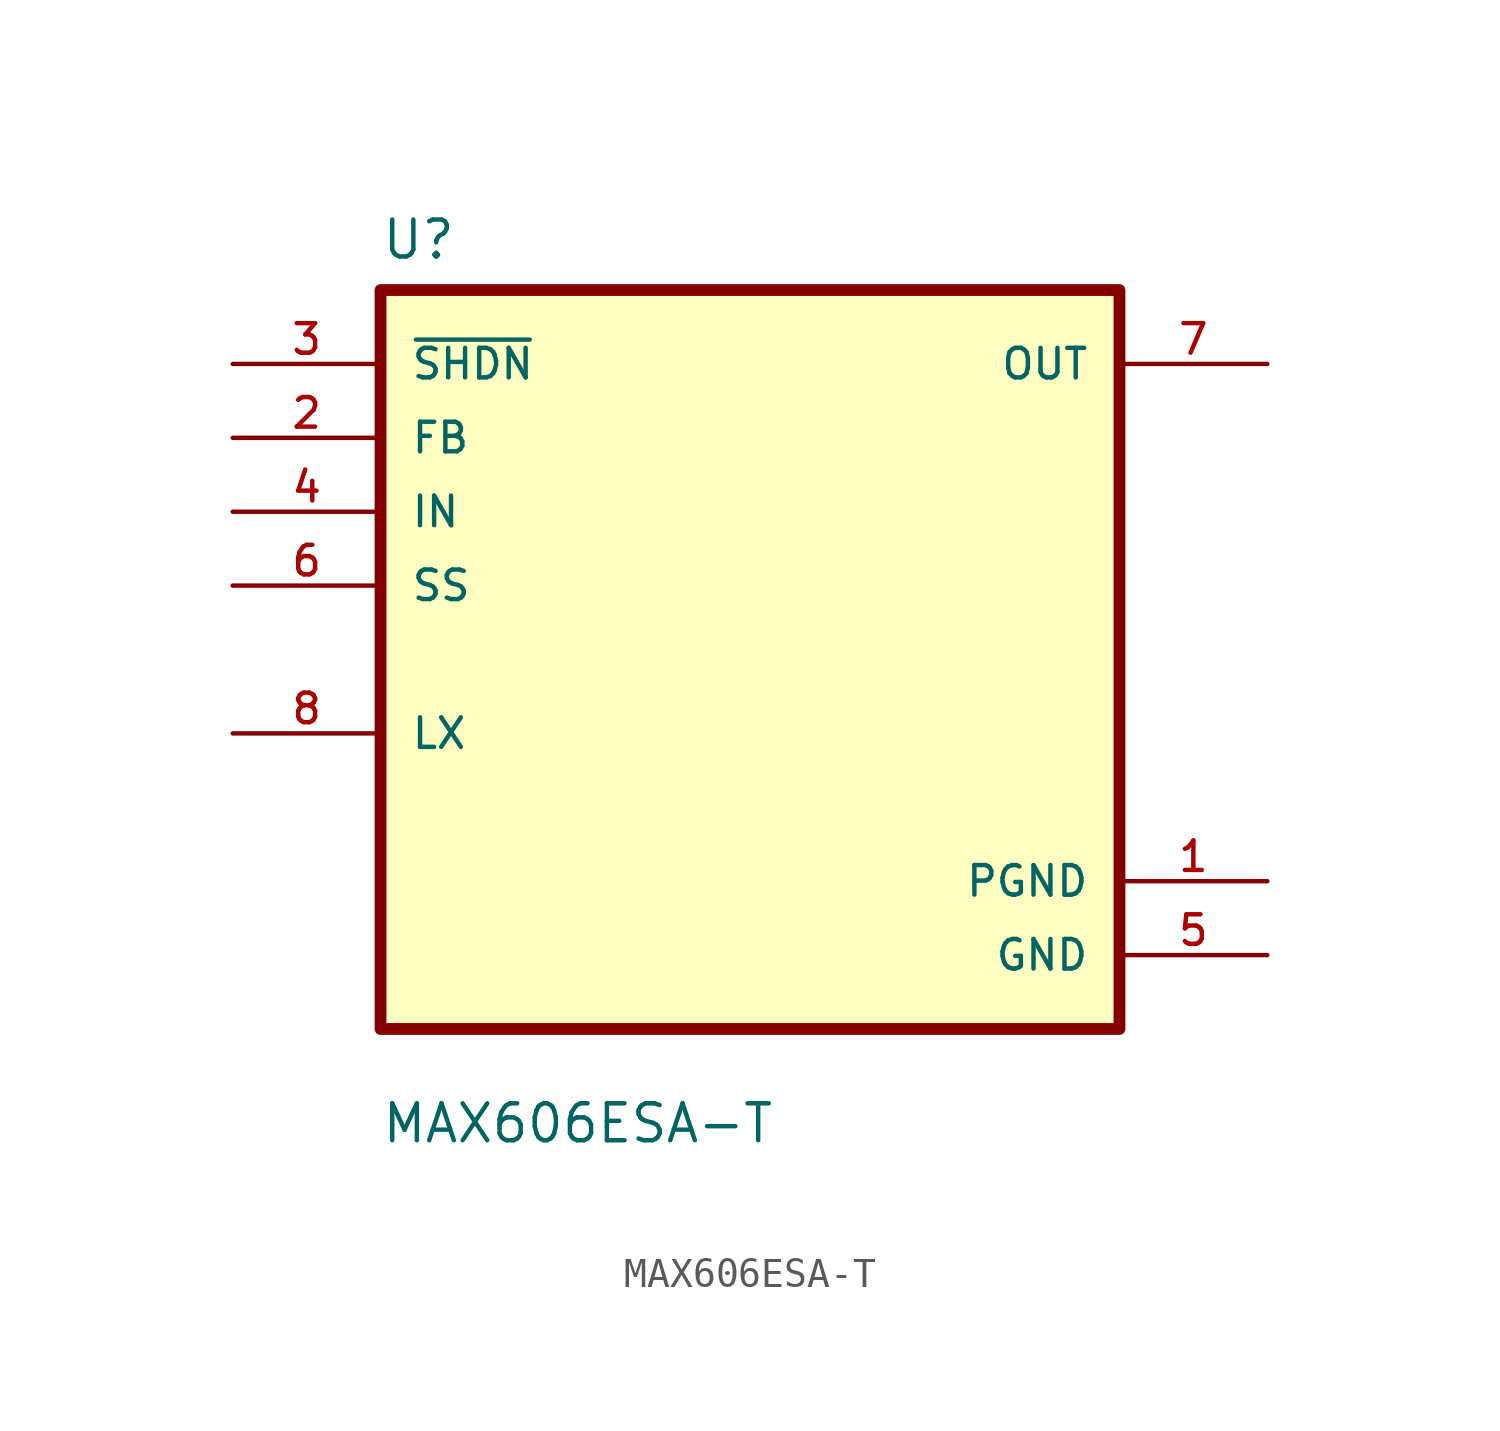
<source format=kicad_sym>
(kicad_symbol_lib
  (version 20241209)
  (generator "kicad_symbol_editor")
  (generator_version "9.0")
  (symbol "MAX606ESA-T"
    (pin_names
      (offset 1.016))
    (property "Reference" "U"
      (at -12.7 13.691 0)
      (effects (font (size 1.27 1.27)) (justify left bottom)))
    (property "Value" "MAX606ESA-T"
      (at -12.7 -16.688 0)
      (effects (font (size 1.27 1.27)) (justify left bottom)))
    (property "ki_locked" ""
      (at 0 0 0)
      (effects (font (size 1.27 1.27))))
    (symbol "MAX606ESA-T_0_0"
      (rectangle (start -12.7 -12.7) (end 12.7 12.7) (stroke (width 0.406) (type solid)) (fill (type background)))
      (pin input line (at -17.78 10.16 0) (length 5.08) (name "~{SHDN}" (effects (font (size 1.016 1.016)))) (number "3" (effects (font (size 1.016 1.016)))))
      (pin input line (at -17.78 7.62 0) (length 5.08) (name "FB" (effects (font (size 1.016 1.016)))) (number "2" (effects (font (size 1.016 1.016)))))
      (pin input line (at -17.78 5.08 0) (length 5.08) (name "IN" (effects (font (size 1.016 1.016)))) (number "4" (effects (font (size 1.016 1.016)))))
      (pin input line (at -17.78 2.54 0) (length 5.08) (name "SS" (effects (font (size 1.016 1.016)))) (number "6" (effects (font (size 1.016 1.016)))))
      (pin bidirectional line (at -17.78 -2.54 0) (length 5.08) (name "LX" (effects (font (size 1.016 1.016)))) (number "8" (effects (font (size 1.016 1.016)))))
      (pin output line (at 17.78 10.16 180) (length 5.08) (name "OUT" (effects (font (size 1.016 1.016)))) (number "7" (effects (font (size 1.016 1.016)))))
      (pin power_in line (at 17.78 -7.62 180) (length 5.08) (name "PGND" (effects (font (size 1.016 1.016)))) (number "1" (effects (font (size 1.016 1.016)))))
      (pin power_in line (at 17.78 -10.16 180) (length 5.08) (name "GND" (effects (font (size 1.016 1.016)))) (number "5" (effects (font (size 1.016 1.016))))))))
</source>
